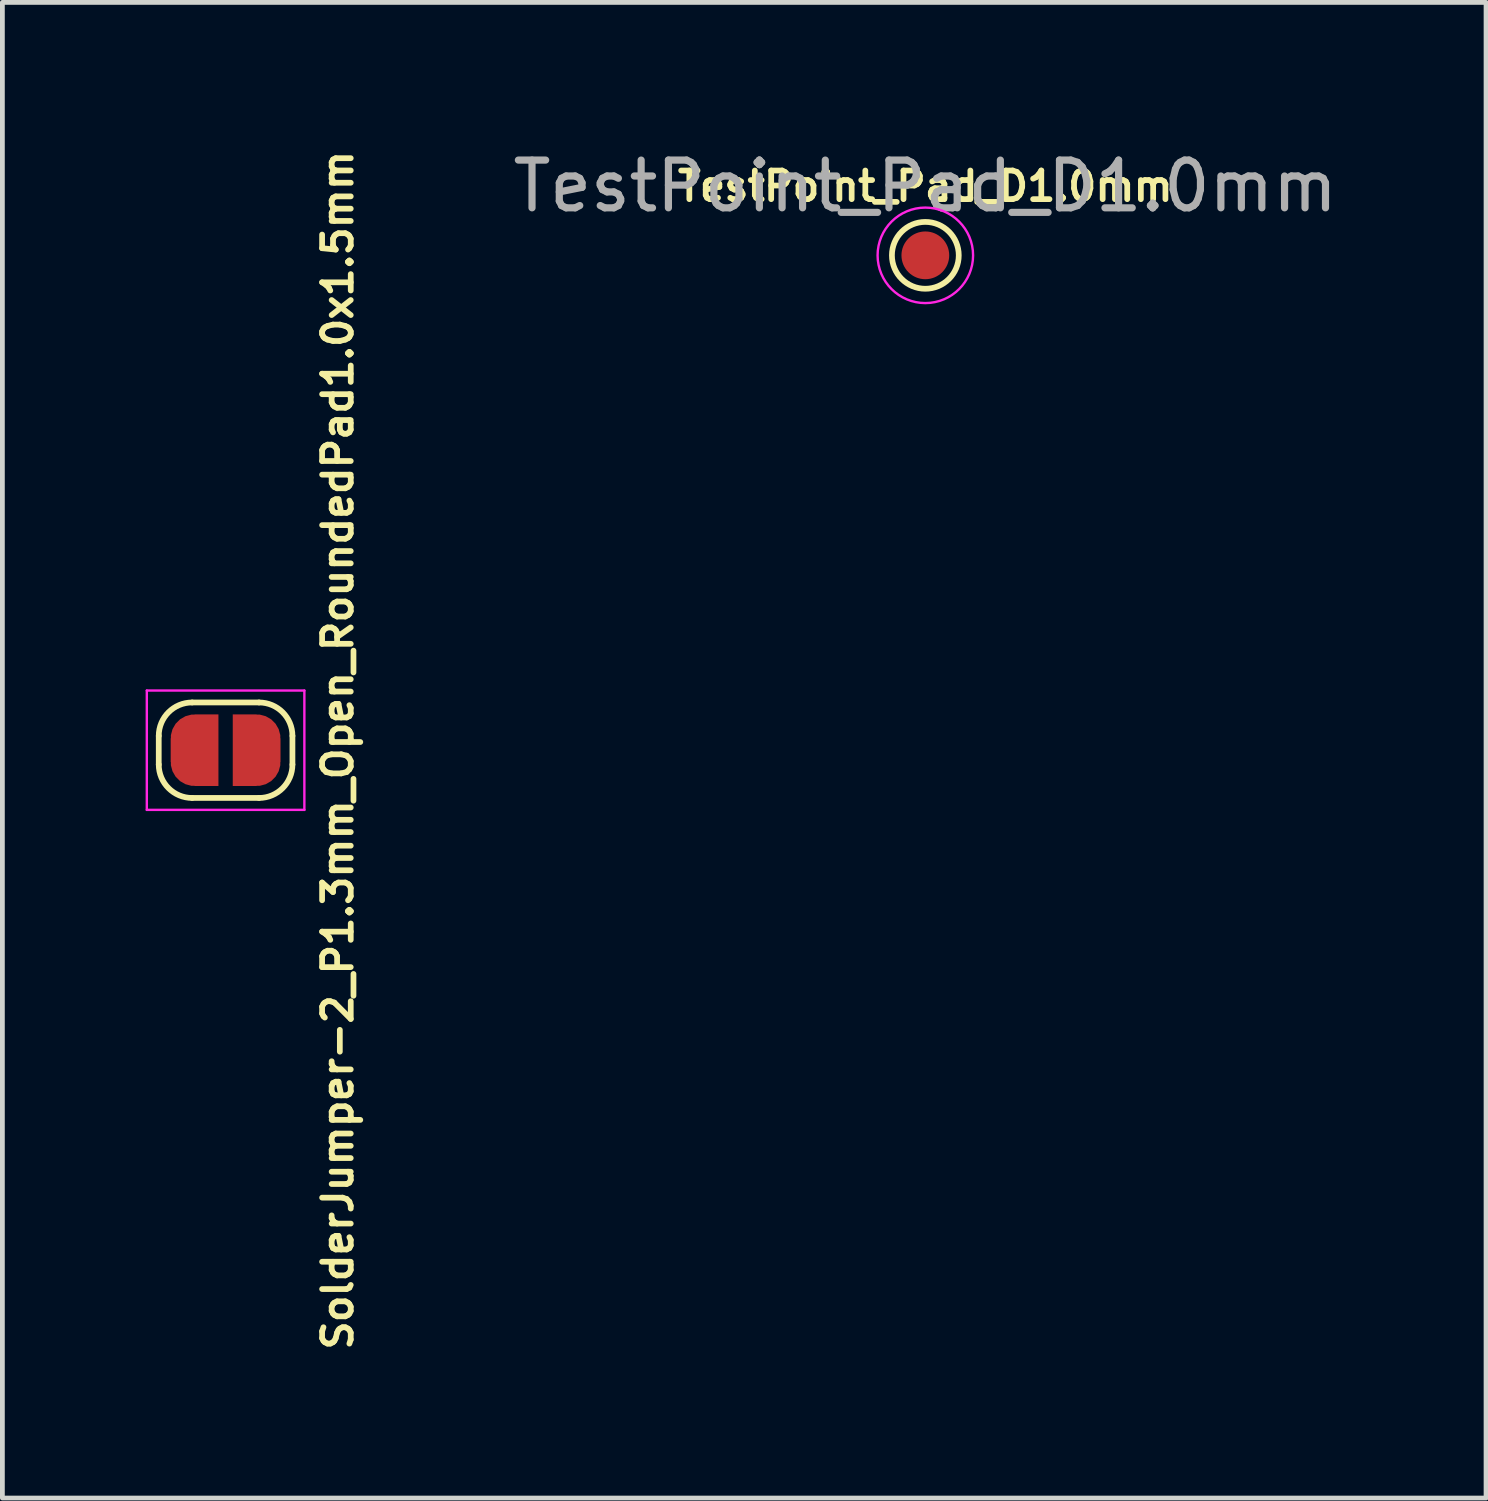
<source format=kicad_pcb>
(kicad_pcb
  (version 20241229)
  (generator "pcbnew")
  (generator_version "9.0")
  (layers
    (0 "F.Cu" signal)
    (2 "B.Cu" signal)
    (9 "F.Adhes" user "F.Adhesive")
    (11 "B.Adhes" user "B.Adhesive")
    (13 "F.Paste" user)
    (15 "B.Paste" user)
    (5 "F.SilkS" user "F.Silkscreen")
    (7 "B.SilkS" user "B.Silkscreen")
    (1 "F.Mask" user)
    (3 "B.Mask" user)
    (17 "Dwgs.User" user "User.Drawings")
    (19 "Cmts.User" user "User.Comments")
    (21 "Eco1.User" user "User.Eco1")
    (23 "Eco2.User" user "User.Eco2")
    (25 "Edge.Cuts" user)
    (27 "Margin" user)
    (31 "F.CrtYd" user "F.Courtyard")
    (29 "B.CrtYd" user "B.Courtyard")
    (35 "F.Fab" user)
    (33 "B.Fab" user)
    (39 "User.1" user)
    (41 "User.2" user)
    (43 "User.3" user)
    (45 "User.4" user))
  (footprint "TestPoint_Pad_D1.0mm"
    (layer "F.Cu")
    (at 16.331 2.298)
    (property "Reference" "TestPoint_Pad_D1.0mm" (at 0 -1.448 0) (layer "F.SilkS") (effects (font (size 0.6 0.6) (thickness 0.12))))
    (attr exclude_from_pos_files)
    (fp_circle (center 0 0) (end 0 0.7) (stroke (width 0.12) (type solid)) (fill no) (layer "F.SilkS"))
    (fp_circle (center 0 0) (end 1 0) (stroke (width 0.05) (type solid)) (fill no) (layer "F.CrtYd"))
    (fp_text user "${REFERENCE}" (at 0 -1.45 0) (layer "F.Fab") (effects (font (size 1 1) (thickness 0.15))))
    (pad "1" smd circle (at 0 0) (size 1 1) (layers "F.Cu" "F.Mask")))
  (footprint "SolderJumper-2_P1.3mm_Open_RoundedPad1.0x1.5mm"
    (layer "F.Cu")
    (at 1.675 12.663)
    (property "Reference" "SolderJumper-2_P1.3mm_Open_RoundedPad1.0x1.5mm" (at 2.35 0 90) (layer "F.SilkS") (effects (font (size 0.6 0.6) (thickness 0.12))))
    (attr exclude_from_pos_files)
    (fp_line (start -1.4 0.3) (end -1.4 -0.3) (stroke (width 0.12) (type solid)) (layer "F.SilkS"))
    (fp_line (start -0.7 -1) (end 0.7 -1) (stroke (width 0.12) (type solid)) (layer "F.SilkS"))
    (fp_line (start 0.7 1) (end -0.7 1) (stroke (width 0.12) (type solid)) (layer "F.SilkS"))
    (fp_line (start 1.4 -0.3) (end 1.4 0.3) (stroke (width 0.12) (type solid)) (layer "F.SilkS"))
    (fp_arc (start -1.4 -0.3) (mid -1.194975 -0.794975) (end -0.7 -1) (stroke (width 0.12) (type solid)) (layer "F.SilkS"))
    (fp_arc (start -0.7 1) (mid -1.194975 0.794975) (end -1.4 0.3) (stroke (width 0.12) (type solid)) (layer "F.SilkS"))
    (fp_arc (start 0.7 -1) (mid 1.194975 -0.794975) (end 1.4 -0.3) (stroke (width 0.12) (type solid)) (layer "F.SilkS"))
    (fp_arc (start 1.4 0.3) (mid 1.194975 0.794975) (end 0.7 1) (stroke (width 0.12) (type solid)) (layer "F.SilkS"))
    (fp_line (start -1.65 -1.25) (end -1.65 1.25) (stroke (width 0.05) (type solid)) (layer "F.CrtYd"))
    (fp_line (start -1.65 -1.25) (end 1.65 -1.25) (stroke (width 0.05) (type solid)) (layer "F.CrtYd"))
    (fp_line (start 1.65 1.25) (end -1.65 1.25) (stroke (width 0.05) (type solid)) (layer "F.CrtYd"))
    (fp_line (start 1.65 1.25) (end 1.65 -1.25) (stroke (width 0.05) (type solid)) (layer "F.CrtYd"))
    (pad "1" smd custom (at -0.65 0) (size 1 0.5) (layers "F.Cu" "F.Mask") (options (anchor rect)) (primitives (gr_circle (center 0 0.25) (end 0.5 0.25) (width 0) (fill yes)) (gr_circle (center 0 -0.25) (end 0.5 -0.25) (width 0) (fill yes)) (gr_poly (pts (xy 0.5 0.75) (xy 0 0.75) (xy 0 -0.75) (xy 0.5 -0.75)) (width 0) (fill yes))))
    (pad "2" smd custom (at 0.65 0) (size 1 0.5) (layers "F.Cu" "F.Mask") (options (anchor rect)) (primitives (gr_circle (center 0 0.25) (end 0.5 0.25) (width 0) (fill yes)) (gr_circle (center 0 -0.25) (end 0.5 -0.25) (width 0) (fill yes)) (gr_poly (pts (xy 0 0.75) (xy -0.5 0.75) (xy -0.5 -0.75) (xy 0 -0.75)) (width 0) (fill yes)))))
  (gr_rect
    (start -3 -3)
    (end 28.075 28.326)
    (stroke (width 0.1) (type default))
    (fill no)
    (layer "Edge.Cuts")))
</source>
